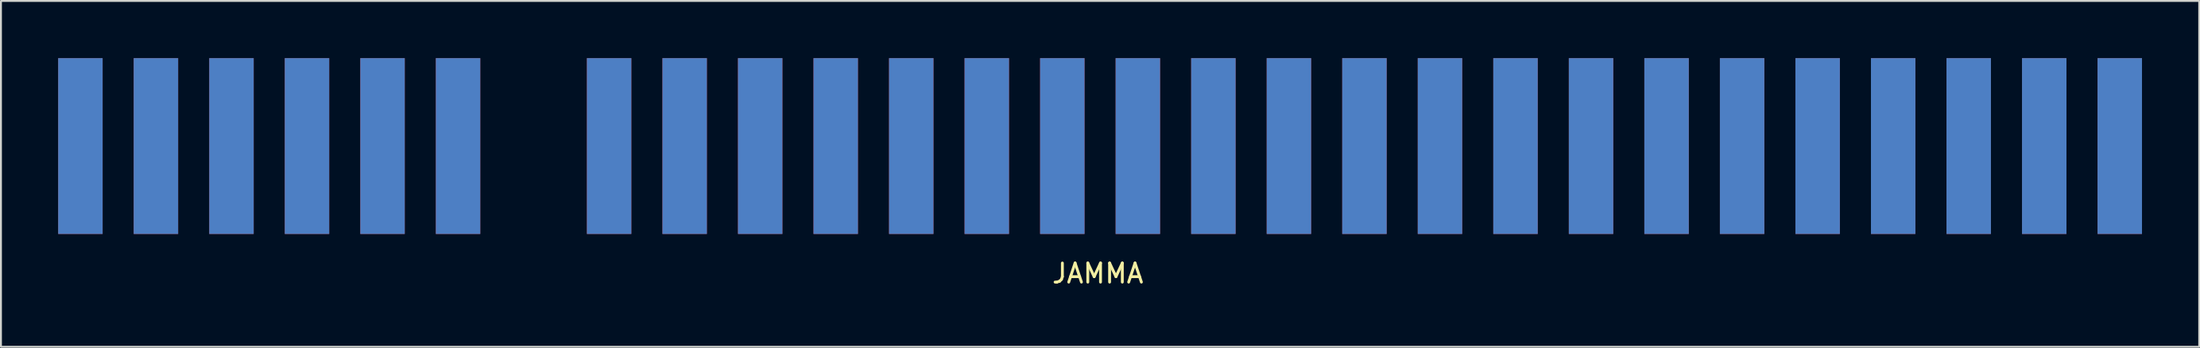
<source format=kicad_pcb>
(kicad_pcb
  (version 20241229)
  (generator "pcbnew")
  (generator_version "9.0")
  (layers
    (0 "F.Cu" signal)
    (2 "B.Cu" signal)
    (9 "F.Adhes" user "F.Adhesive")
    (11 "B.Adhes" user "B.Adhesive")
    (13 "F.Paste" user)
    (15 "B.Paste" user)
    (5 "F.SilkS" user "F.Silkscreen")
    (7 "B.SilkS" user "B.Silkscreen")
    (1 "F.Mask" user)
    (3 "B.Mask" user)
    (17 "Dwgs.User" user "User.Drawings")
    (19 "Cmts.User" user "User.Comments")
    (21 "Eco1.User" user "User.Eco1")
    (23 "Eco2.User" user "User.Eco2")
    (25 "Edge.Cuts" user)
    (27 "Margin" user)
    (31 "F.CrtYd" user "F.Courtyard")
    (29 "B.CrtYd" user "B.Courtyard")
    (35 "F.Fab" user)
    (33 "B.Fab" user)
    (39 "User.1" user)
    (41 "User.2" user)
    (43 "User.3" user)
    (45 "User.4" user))
  (footprint "JAMMA"
    (layer "F.Cu")
    (at 54.505 4.61)
    (property "Reference" "JAMMA" (at 0 6.68 0) (layer "F.SilkS") (effects (font (size 1 1) (thickness 0.15))))
    (attr through_hole)
    (pad "1" smd rect (at -53.34 0) (size 2.33 9.22) (layers "F.Cu" "F.Mask" "F.Paste"))
    (pad "2" smd rect (at -49.38 0) (size 2.33 9.22) (layers "F.Cu" "F.Mask" "F.Paste"))
    (pad "3" smd rect (at -45.42 0) (size 2.33 9.22) (layers "F.Cu" "F.Mask" "F.Paste"))
    (pad "4" smd rect (at -41.46 0) (size 2.33 9.22) (layers "F.Cu" "F.Mask" "F.Paste"))
    (pad "5" smd rect (at -37.5 0) (size 2.33 9.22) (layers "F.Cu" "F.Mask" "F.Paste"))
    (pad "6" smd rect (at -33.54 0) (size 2.33 9.22) (layers "F.Cu" "F.Mask" "F.Paste"))
    (pad "8" smd rect (at -25.62 0) (size 2.33 9.22) (layers "F.Cu" "F.Mask" "F.Paste"))
    (pad "9" smd rect (at -21.66 0) (size 2.33 9.22) (layers "F.Cu" "F.Mask" "F.Paste"))
    (pad "10" smd rect (at -17.7 0) (size 2.33 9.22) (layers "F.Cu" "F.Mask" "F.Paste"))
    (pad "11" smd rect (at -13.74 0) (size 2.33 9.22) (layers "F.Cu" "F.Mask" "F.Paste"))
    (pad "12" smd rect (at -9.78 0) (size 2.33 9.22) (layers "F.Cu" "F.Mask" "F.Paste"))
    (pad "13" smd rect (at -5.82 0) (size 2.33 9.22) (layers "F.Cu" "F.Mask" "F.Paste"))
    (pad "14" smd rect (at -1.86 0) (size 2.33 9.22) (layers "F.Cu" "F.Mask" "F.Paste"))
    (pad "15" smd rect (at 2.1 0) (size 2.33 9.22) (layers "F.Cu" "F.Mask" "F.Paste"))
    (pad "16" smd rect (at 6.06 0) (size 2.33 9.22) (layers "F.Cu" "F.Mask" "F.Paste"))
    (pad "17" smd rect (at 10.02 0) (size 2.33 9.22) (layers "F.Cu" "F.Mask" "F.Paste"))
    (pad "18" smd rect (at 13.98 0) (size 2.33 9.22) (layers "F.Cu" "F.Mask" "F.Paste"))
    (pad "19" smd rect (at 17.94 0) (size 2.33 9.22) (layers "F.Cu" "F.Mask" "F.Paste"))
    (pad "20" smd rect (at 21.9 0) (size 2.33 9.22) (layers "F.Cu" "F.Mask" "F.Paste"))
    (pad "21" smd rect (at 25.86 0) (size 2.33 9.22) (layers "F.Cu" "F.Mask" "F.Paste"))
    (pad "22" smd rect (at 29.82 0) (size 2.33 9.22) (layers "F.Cu" "F.Mask" "F.Paste"))
    (pad "23" smd rect (at 33.78 0) (size 2.33 9.22) (layers "F.Cu" "F.Mask" "F.Paste"))
    (pad "24" smd rect (at 37.74 0) (size 2.33 9.22) (layers "F.Cu" "F.Mask" "F.Paste"))
    (pad "25" smd rect (at 41.7 0) (size 2.33 9.22) (layers "F.Cu" "F.Mask" "F.Paste"))
    (pad "26" smd rect (at 45.66 0) (size 2.33 9.22) (layers "F.Cu" "F.Mask" "F.Paste"))
    (pad "27" smd rect (at 49.62 0) (size 2.33 9.22) (layers "F.Cu" "F.Mask" "F.Paste"))
    (pad "28" smd rect (at 53.58 0) (size 2.33 9.22) (layers "F.Cu" "F.Mask" "F.Paste"))
    (pad "A" smd rect (at -53.34 0) (size 2.33 9.22) (layers "B.Cu" "B.Mask" "B.Paste"))
    (pad "B" smd rect (at -49.38 0) (size 2.33 9.22) (layers "B.Cu" "B.Mask" "B.Paste"))
    (pad "C" smd rect (at -45.42 0) (size 2.33 9.22) (layers "B.Cu" "B.Mask" "B.Paste"))
    (pad "D" smd rect (at -41.46 0) (size 2.33 9.22) (layers "B.Cu" "B.Mask" "B.Paste"))
    (pad "E" smd rect (at -37.5 0) (size 2.33 9.22) (layers "B.Cu" "B.Mask" "B.Paste"))
    (pad "F" smd rect (at -33.54 0) (size 2.33 9.22) (layers "B.Cu" "B.Mask" "B.Paste"))
    (pad "J" smd rect (at -25.62 0) (size 2.33 9.22) (layers "B.Cu" "B.Mask" "B.Paste"))
    (pad "K" smd rect (at -21.66 0) (size 2.33 9.22) (layers "B.Cu" "B.Mask" "B.Paste"))
    (pad "L" smd rect (at -17.7 0) (size 2.33 9.22) (layers "B.Cu" "B.Mask" "B.Paste"))
    (pad "M" smd rect (at -13.74 0) (size 2.33 9.22) (layers "B.Cu" "B.Mask" "B.Paste"))
    (pad "N" smd rect (at -9.78 0) (size 2.33 9.22) (layers "B.Cu" "B.Mask" "B.Paste"))
    (pad "P" smd rect (at -5.82 0) (size 2.33 9.22) (layers "B.Cu" "B.Mask" "B.Paste"))
    (pad "R" smd rect (at -1.86 0) (size 2.33 9.22) (layers "B.Cu" "B.Mask" "B.Paste"))
    (pad "S" smd rect (at 2.1 0) (size 2.33 9.22) (layers "B.Cu" "B.Mask" "B.Paste"))
    (pad "T" smd rect (at 6.06 0) (size 2.33 9.22) (layers "B.Cu" "B.Mask" "B.Paste"))
    (pad "U" smd rect (at 10.02 0) (size 2.33 9.22) (layers "B.Cu" "B.Mask" "B.Paste"))
    (pad "V" smd rect (at 13.98 0) (size 2.33 9.22) (layers "B.Cu" "B.Mask" "B.Paste"))
    (pad "W" smd rect (at 17.94 0) (size 2.33 9.22) (layers "B.Cu" "B.Mask" "B.Paste"))
    (pad "X" smd rect (at 21.9 0) (size 2.33 9.22) (layers "B.Cu" "B.Mask" "B.Paste"))
    (pad "Y" smd rect (at 25.86 0) (size 2.33 9.22) (layers "B.Cu" "B.Mask" "B.Paste"))
    (pad "Z" smd rect (at 29.82 0) (size 2.33 9.22) (layers "B.Cu" "B.Mask" "B.Paste"))
    (pad "a" smd rect (at 33.78 0) (size 2.33 9.22) (layers "B.Cu" "B.Mask" "B.Paste"))
    (pad "b" smd rect (at 37.74 0) (size 2.33 9.22) (layers "B.Cu" "B.Mask" "B.Paste"))
    (pad "c" smd rect (at 41.7 0) (size 2.33 9.22) (layers "B.Cu" "B.Mask" "B.Paste"))
    (pad "d" smd rect (at 45.66 0) (size 2.33 9.22) (layers "B.Cu" "B.Mask" "B.Paste"))
    (pad "e" smd rect (at 49.62 0) (size 2.33 9.22) (layers "B.Cu" "B.Mask" "B.Paste"))
    (pad "f" smd rect (at 53.58 0) (size 2.33 9.22) (layers "B.Cu" "B.Mask" "B.Paste")))
  (gr_rect
    (start -3 -3)
    (end 112.25 15.138)
    (stroke (width 0.1) (type default))
    (fill no)
    (layer "Edge.Cuts")))
</source>
